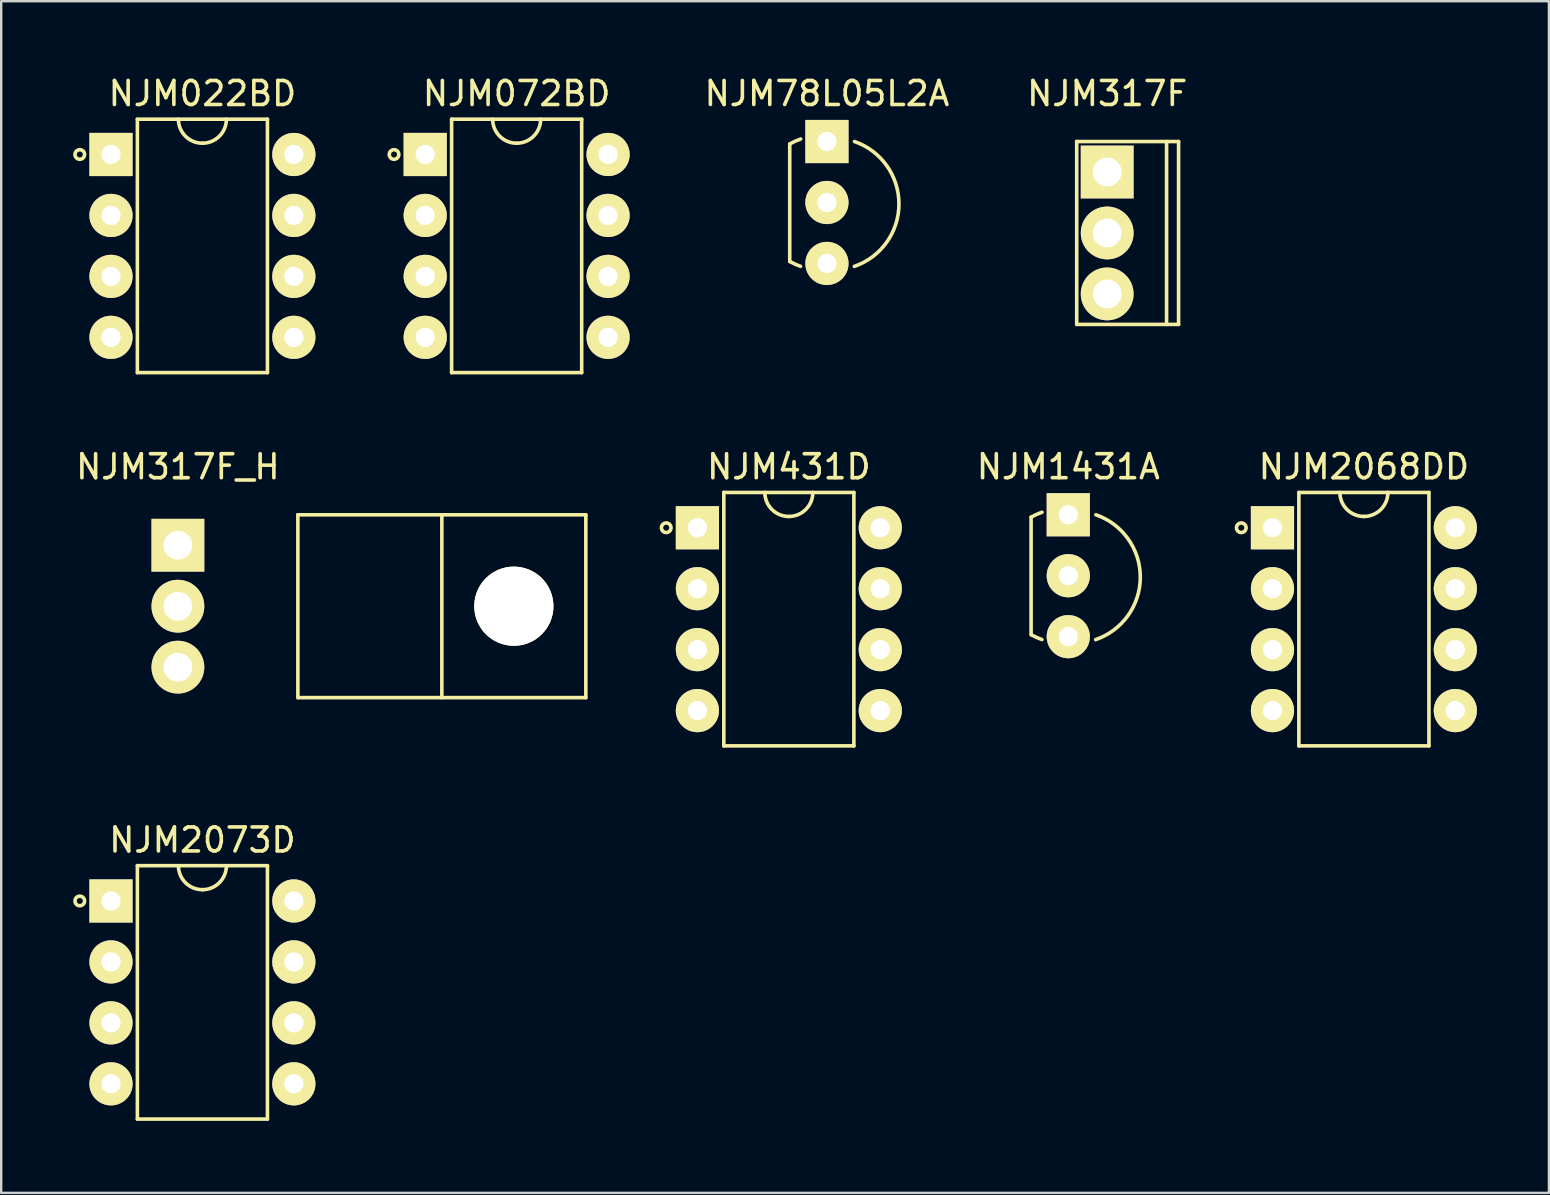
<source format=kicad_pcb>
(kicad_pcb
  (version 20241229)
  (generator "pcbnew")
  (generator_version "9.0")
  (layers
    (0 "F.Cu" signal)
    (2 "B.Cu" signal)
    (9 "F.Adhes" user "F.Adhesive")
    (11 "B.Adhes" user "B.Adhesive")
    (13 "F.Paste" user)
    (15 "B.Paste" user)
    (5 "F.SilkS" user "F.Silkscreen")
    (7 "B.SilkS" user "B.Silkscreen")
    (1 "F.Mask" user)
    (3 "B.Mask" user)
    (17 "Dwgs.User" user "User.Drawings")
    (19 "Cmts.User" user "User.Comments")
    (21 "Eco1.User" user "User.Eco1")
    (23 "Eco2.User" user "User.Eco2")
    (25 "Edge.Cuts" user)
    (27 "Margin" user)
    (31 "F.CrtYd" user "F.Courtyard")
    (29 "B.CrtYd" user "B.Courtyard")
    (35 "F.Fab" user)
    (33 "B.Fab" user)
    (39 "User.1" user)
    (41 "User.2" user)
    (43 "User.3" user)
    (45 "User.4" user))
  (footprint "NJM317F_H"
    (layer "F.Cu")
    (at 4.363 19.672)
    (property "Reference" "NJM317F_H" (at 0 -3.27 0) (layer "F.SilkS") (effects (font (size 1 1) (thickness 0.15))))
    (attr through_hole)
    (fp_line (start 5 -1.27) (end 5 6.35) (stroke (width 0.15) (type solid)) (layer "F.SilkS"))
    (fp_line (start 5 -1.27) (end 17 -1.27) (stroke (width 0.15) (type solid)) (layer "F.SilkS"))
    (fp_line (start 5 6.35) (end 17 6.35) (stroke (width 0.15) (type solid)) (layer "F.SilkS"))
    (fp_line (start 11 -1.27) (end 11 6.35) (stroke (width 0.15) (type solid)) (layer "F.SilkS"))
    (fp_line (start 17 -1.27) (end 17 6.35) (stroke (width 0.15) (type solid)) (layer "F.SilkS"))
    (pad "" np_thru_hole circle (at 14 2.54) (size 3.3 3.3) (drill 3.3) (layers "*.Cu" "*.Mask" "F.SilkS"))
    (pad "1" thru_hole rect (at 0 0) (size 2.2 2.2) (drill 1.2) (layers "*.Cu" "*.Mask" "F.SilkS"))
    (pad "2" thru_hole circle (at 0 2.54) (size 2.2 2.2) (drill 1.2) (layers "*.Cu" "*.Mask" "F.SilkS"))
    (pad "3" thru_hole circle (at 0 5.08) (size 2.2 2.2) (drill 1.2) (layers "*.Cu" "*.Mask" "F.SilkS")))
  (footprint "NJM022BD"
    (layer "F.Cu")
    (at 1.575 3.388)
    (property "Reference" "NJM022BD" (at 3.81 -2.54 0) (layer "F.SilkS") (effects (font (size 1 1) (thickness 0.15))))
    (attr through_hole)
    (fp_line (start 1.1 -1.47) (end 6.52 -1.47) (stroke (width 0.15) (type solid)) (layer "F.SilkS"))
    (fp_line (start 1.1 9.09) (end 1.1 -1.47) (stroke (width 0.15) (type solid)) (layer "F.SilkS"))
    (fp_line (start 6.52 -1.47) (end 6.52 9.09) (stroke (width 0.15) (type solid)) (layer "F.SilkS"))
    (fp_line (start 6.52 9.09) (end 1.1 9.09) (stroke (width 0.15) (type solid)) (layer "F.SilkS"))
    (fp_arc (start 3.81 -0.47) (mid 3.102893 -0.762893) (end 2.81 -1.47) (stroke (width 0.15) (type solid)) (layer "F.SilkS"))
    (fp_arc (start 4.81 -1.47) (mid 4.517107 -0.762893) (end 3.81 -0.47) (stroke (width 0.15) (type solid)) (layer "F.SilkS"))
    (fp_circle (center -1.3 0) (end -1.3 0.2) (stroke (width 0.15) (type solid)) (fill no) (layer "F.SilkS"))
    (pad "1" thru_hole rect (at 0 0) (size 1.8 1.8) (drill 0.8) (layers "*.Cu" "*.Mask" "F.SilkS"))
    (pad "2" thru_hole circle (at 0 2.54) (size 1.8 1.8) (drill 0.8) (layers "*.Cu" "*.Mask" "F.SilkS"))
    (pad "3" thru_hole circle (at 0 5.08) (size 1.8 1.8) (drill 0.8) (layers "*.Cu" "*.Mask" "F.SilkS"))
    (pad "4" thru_hole circle (at 0 7.62) (size 1.8 1.8) (drill 0.8) (layers "*.Cu" "*.Mask" "F.SilkS"))
    (pad "5" thru_hole circle (at 7.62 7.62) (size 1.8 1.8) (drill 0.8) (layers "*.Cu" "*.Mask" "F.SilkS"))
    (pad "6" thru_hole circle (at 7.62 5.08) (size 1.8 1.8) (drill 0.8) (layers "*.Cu" "*.Mask" "F.SilkS"))
    (pad "7" thru_hole circle (at 7.62 2.54) (size 1.8 1.8) (drill 0.8) (layers "*.Cu" "*.Mask" "F.SilkS"))
    (pad "8" thru_hole circle (at 7.62 0) (size 1.8 1.8) (drill 0.8) (layers "*.Cu" "*.Mask" "F.SilkS")))
  (footprint "NJM1431A"
    (layer "F.Cu")
    (at 41.468 18.401)
    (property "Reference" "NJM1431A" (at 0 -2 0) (layer "F.SilkS") (effects (font (size 1 1) (thickness 0.15))))
    (attr through_hole)
    (fp_line (start -1.55 5) (end -1.55 0.1) (stroke (width 0.15) (type solid)) (layer "F.SilkS"))
    (fp_arc (start -1.55 0.1) (mid -1.326783 -0.012505) (end -1.09461 -0.105127) (stroke (width 0.15) (type solid)) (layer "F.SilkS"))
    (fp_arc (start -1.1 5.2) (mid -1.32318 5.111666) (end -1.537812 5.004217) (stroke (width 0.15) (type solid)) (layer "F.SilkS"))
    (fp_arc (start 1.15 0) (mid 3.00136 2.60449) (end 1.14151 5.202923) (stroke (width 0.15) (type solid)) (layer "F.SilkS"))
    (pad "1" thru_hole rect (at 0 0) (size 1.8 1.8) (drill 0.8) (layers "*.Cu" "*.Mask" "F.SilkS"))
    (pad "2" thru_hole circle (at 0 2.54) (size 1.8 1.8) (drill 0.8) (layers "*.Cu" "*.Mask" "F.SilkS"))
    (pad "3" thru_hole circle (at 0 5.08) (size 1.8 1.8) (drill 0.8) (layers "*.Cu" "*.Mask" "F.SilkS")))
  (footprint "NJM431D"
    (layer "F.Cu")
    (at 26.013 18.942)
    (property "Reference" "NJM431D" (at 3.81 -2.54 0) (layer "F.SilkS") (effects (font (size 1 1) (thickness 0.15))))
    (attr through_hole)
    (fp_line (start 1.1 -1.47) (end 6.52 -1.47) (stroke (width 0.15) (type solid)) (layer "F.SilkS"))
    (fp_line (start 1.1 9.09) (end 1.1 -1.47) (stroke (width 0.15) (type solid)) (layer "F.SilkS"))
    (fp_line (start 6.52 -1.47) (end 6.52 9.09) (stroke (width 0.15) (type solid)) (layer "F.SilkS"))
    (fp_line (start 6.52 9.09) (end 1.1 9.09) (stroke (width 0.15) (type solid)) (layer "F.SilkS"))
    (fp_arc (start 3.81 -0.47) (mid 3.102893 -0.762893) (end 2.81 -1.47) (stroke (width 0.15) (type solid)) (layer "F.SilkS"))
    (fp_arc (start 4.81 -1.47) (mid 4.517107 -0.762893) (end 3.81 -0.47) (stroke (width 0.15) (type solid)) (layer "F.SilkS"))
    (fp_circle (center -1.3 0) (end -1.3 0.2) (stroke (width 0.15) (type solid)) (fill no) (layer "F.SilkS"))
    (pad "1" thru_hole rect (at 0 0) (size 1.8 1.8) (drill 0.8) (layers "*.Cu" "*.Mask" "F.SilkS"))
    (pad "2" thru_hole circle (at 0 2.54) (size 1.8 1.8) (drill 0.8) (layers "*.Cu" "*.Mask" "F.SilkS"))
    (pad "3" thru_hole circle (at 0 5.08) (size 1.8 1.8) (drill 0.8) (layers "*.Cu" "*.Mask" "F.SilkS"))
    (pad "4" thru_hole circle (at 0 7.62) (size 1.8 1.8) (drill 0.8) (layers "*.Cu" "*.Mask" "F.SilkS"))
    (pad "5" thru_hole circle (at 7.62 7.62) (size 1.8 1.8) (drill 0.8) (layers "*.Cu" "*.Mask" "F.SilkS"))
    (pad "6" thru_hole circle (at 7.62 5.08) (size 1.8 1.8) (drill 0.8) (layers "*.Cu" "*.Mask" "F.SilkS"))
    (pad "7" thru_hole circle (at 7.62 2.54) (size 1.8 1.8) (drill 0.8) (layers "*.Cu" "*.Mask" "F.SilkS"))
    (pad "8" thru_hole circle (at 7.62 0) (size 1.8 1.8) (drill 0.8) (layers "*.Cu" "*.Mask" "F.SilkS")))
  (footprint "NJM2068DD"
    (layer "F.Cu")
    (at 49.977 18.942)
    (property "Reference" "NJM2068DD" (at 3.81 -2.54 0) (layer "F.SilkS") (effects (font (size 1 1) (thickness 0.15))))
    (attr through_hole)
    (fp_line (start 1.1 -1.47) (end 6.52 -1.47) (stroke (width 0.15) (type solid)) (layer "F.SilkS"))
    (fp_line (start 1.1 9.09) (end 1.1 -1.47) (stroke (width 0.15) (type solid)) (layer "F.SilkS"))
    (fp_line (start 6.52 -1.47) (end 6.52 9.09) (stroke (width 0.15) (type solid)) (layer "F.SilkS"))
    (fp_line (start 6.52 9.09) (end 1.1 9.09) (stroke (width 0.15) (type solid)) (layer "F.SilkS"))
    (fp_arc (start 3.81 -0.47) (mid 3.102893 -0.762893) (end 2.81 -1.47) (stroke (width 0.15) (type solid)) (layer "F.SilkS"))
    (fp_arc (start 4.81 -1.47) (mid 4.517107 -0.762893) (end 3.81 -0.47) (stroke (width 0.15) (type solid)) (layer "F.SilkS"))
    (fp_circle (center -1.3 0) (end -1.3 0.2) (stroke (width 0.15) (type solid)) (fill no) (layer "F.SilkS"))
    (pad "1" thru_hole rect (at 0 0) (size 1.8 1.8) (drill 0.8) (layers "*.Cu" "*.Mask" "F.SilkS"))
    (pad "2" thru_hole circle (at 0 2.54) (size 1.8 1.8) (drill 0.8) (layers "*.Cu" "*.Mask" "F.SilkS"))
    (pad "3" thru_hole circle (at 0 5.08) (size 1.8 1.8) (drill 0.8) (layers "*.Cu" "*.Mask" "F.SilkS"))
    (pad "4" thru_hole circle (at 0 7.62) (size 1.8 1.8) (drill 0.8) (layers "*.Cu" "*.Mask" "F.SilkS"))
    (pad "5" thru_hole circle (at 7.62 7.62) (size 1.8 1.8) (drill 0.8) (layers "*.Cu" "*.Mask" "F.SilkS"))
    (pad "6" thru_hole circle (at 7.62 5.08) (size 1.8 1.8) (drill 0.8) (layers "*.Cu" "*.Mask" "F.SilkS"))
    (pad "7" thru_hole circle (at 7.62 2.54) (size 1.8 1.8) (drill 0.8) (layers "*.Cu" "*.Mask" "F.SilkS"))
    (pad "8" thru_hole circle (at 7.62 0) (size 1.8 1.8) (drill 0.8) (layers "*.Cu" "*.Mask" "F.SilkS")))
  (footprint "NJM2073D"
    (layer "F.Cu")
    (at 1.575 34.495)
    (property "Reference" "NJM2073D" (at 3.81 -2.54 0) (layer "F.SilkS") (effects (font (size 1 1) (thickness 0.15))))
    (attr through_hole)
    (fp_line (start 1.1 -1.47) (end 6.52 -1.47) (stroke (width 0.15) (type solid)) (layer "F.SilkS"))
    (fp_line (start 1.1 9.09) (end 1.1 -1.47) (stroke (width 0.15) (type solid)) (layer "F.SilkS"))
    (fp_line (start 6.52 -1.47) (end 6.52 9.09) (stroke (width 0.15) (type solid)) (layer "F.SilkS"))
    (fp_line (start 6.52 9.09) (end 1.1 9.09) (stroke (width 0.15) (type solid)) (layer "F.SilkS"))
    (fp_arc (start 3.81 -0.47) (mid 3.102893 -0.762893) (end 2.81 -1.47) (stroke (width 0.15) (type solid)) (layer "F.SilkS"))
    (fp_arc (start 4.81 -1.47) (mid 4.517107 -0.762893) (end 3.81 -0.47) (stroke (width 0.15) (type solid)) (layer "F.SilkS"))
    (fp_circle (center -1.3 0) (end -1.3 0.2) (stroke (width 0.15) (type solid)) (fill no) (layer "F.SilkS"))
    (pad "1" thru_hole rect (at 0 0) (size 1.8 1.8) (drill 0.8) (layers "*.Cu" "*.Mask" "F.SilkS"))
    (pad "2" thru_hole circle (at 0 2.54) (size 1.8 1.8) (drill 0.8) (layers "*.Cu" "*.Mask" "F.SilkS"))
    (pad "3" thru_hole circle (at 0 5.08) (size 1.8 1.8) (drill 0.8) (layers "*.Cu" "*.Mask" "F.SilkS"))
    (pad "4" thru_hole circle (at 0 7.62) (size 1.8 1.8) (drill 0.8) (layers "*.Cu" "*.Mask" "F.SilkS"))
    (pad "5" thru_hole circle (at 7.62 7.62) (size 1.8 1.8) (drill 0.8) (layers "*.Cu" "*.Mask" "F.SilkS"))
    (pad "6" thru_hole circle (at 7.62 5.08) (size 1.8 1.8) (drill 0.8) (layers "*.Cu" "*.Mask" "F.SilkS"))
    (pad "7" thru_hole circle (at 7.62 2.54) (size 1.8 1.8) (drill 0.8) (layers "*.Cu" "*.Mask" "F.SilkS"))
    (pad "8" thru_hole circle (at 7.62 0) (size 1.8 1.8) (drill 0.8) (layers "*.Cu" "*.Mask" "F.SilkS")))
  (footprint "NJM78L05L2A"
    (layer "F.Cu")
    (at 31.41 2.848)
    (property "Reference" "NJM78L05L2A" (at 0 -2 0) (layer "F.SilkS") (effects (font (size 1 1) (thickness 0.15))))
    (attr through_hole)
    (fp_line (start -1.55 5) (end -1.55 0.1) (stroke (width 0.15) (type solid)) (layer "F.SilkS"))
    (fp_arc (start -1.55 0.1) (mid -1.326783 -0.012505) (end -1.09461 -0.105127) (stroke (width 0.15) (type solid)) (layer "F.SilkS"))
    (fp_arc (start -1.1 5.2) (mid -1.32318 5.111666) (end -1.537812 5.004217) (stroke (width 0.15) (type solid)) (layer "F.SilkS"))
    (fp_arc (start 1.15 0) (mid 3.00136 2.60449) (end 1.14151 5.202923) (stroke (width 0.15) (type solid)) (layer "F.SilkS"))
    (pad "1" thru_hole rect (at 0 0) (size 1.8 1.8) (drill 0.8) (layers "*.Cu" "*.Mask" "F.SilkS"))
    (pad "2" thru_hole circle (at 0 2.54) (size 1.8 1.8) (drill 0.8) (layers "*.Cu" "*.Mask" "F.SilkS"))
    (pad "3" thru_hole circle (at 0 5.08) (size 1.8 1.8) (drill 0.8) (layers "*.Cu" "*.Mask" "F.SilkS")))
  (footprint "NJM317F"
    (layer "F.Cu")
    (at 43.089 4.118)
    (property "Reference" "NJM317F" (at 0 -3.27 0) (layer "F.SilkS") (effects (font (size 1 1) (thickness 0.15))))
    (attr through_hole)
    (fp_line (start -1.27 -1.27) (end -1.27 6.35) (stroke (width 0.15) (type solid)) (layer "F.SilkS"))
    (fp_line (start -1.27 -1.27) (end 2.975 -1.27) (stroke (width 0.15) (type solid)) (layer "F.SilkS"))
    (fp_line (start -1.27 6.35) (end 2.975 6.35) (stroke (width 0.15) (type solid)) (layer "F.SilkS"))
    (fp_line (start 2.475 -1.27) (end 2.475 6.35) (stroke (width 0.15) (type solid)) (layer "F.SilkS"))
    (fp_line (start 2.975 -1.27) (end 2.975 6.35) (stroke (width 0.15) (type solid)) (layer "F.SilkS"))
    (pad "1" thru_hole rect (at 0 0) (size 2.2 2.2) (drill 1.2) (layers "*.Cu" "*.Mask" "F.SilkS"))
    (pad "2" thru_hole circle (at 0 2.54) (size 2.2 2.2) (drill 1.2) (layers "*.Cu" "*.Mask" "F.SilkS"))
    (pad "3" thru_hole circle (at 0 5.08) (size 2.2 2.2) (drill 1.2) (layers "*.Cu" "*.Mask" "F.SilkS")))
  (footprint "NJM072BD"
    (layer "F.Cu")
    (at 14.67 3.388)
    (property "Reference" "NJM072BD" (at 3.81 -2.54 0) (layer "F.SilkS") (effects (font (size 1 1) (thickness 0.15))))
    (attr through_hole)
    (fp_line (start 1.1 -1.47) (end 6.52 -1.47) (stroke (width 0.15) (type solid)) (layer "F.SilkS"))
    (fp_line (start 1.1 9.09) (end 1.1 -1.47) (stroke (width 0.15) (type solid)) (layer "F.SilkS"))
    (fp_line (start 6.52 -1.47) (end 6.52 9.09) (stroke (width 0.15) (type solid)) (layer "F.SilkS"))
    (fp_line (start 6.52 9.09) (end 1.1 9.09) (stroke (width 0.15) (type solid)) (layer "F.SilkS"))
    (fp_arc (start 3.81 -0.47) (mid 3.102893 -0.762893) (end 2.81 -1.47) (stroke (width 0.15) (type solid)) (layer "F.SilkS"))
    (fp_arc (start 4.81 -1.47) (mid 4.517107 -0.762893) (end 3.81 -0.47) (stroke (width 0.15) (type solid)) (layer "F.SilkS"))
    (fp_circle (center -1.3 0) (end -1.3 0.2) (stroke (width 0.15) (type solid)) (fill no) (layer "F.SilkS"))
    (pad "1" thru_hole rect (at 0 0) (size 1.8 1.8) (drill 0.8) (layers "*.Cu" "*.Mask" "F.SilkS"))
    (pad "2" thru_hole circle (at 0 2.54) (size 1.8 1.8) (drill 0.8) (layers "*.Cu" "*.Mask" "F.SilkS"))
    (pad "3" thru_hole circle (at 0 5.08) (size 1.8 1.8) (drill 0.8) (layers "*.Cu" "*.Mask" "F.SilkS"))
    (pad "4" thru_hole circle (at 0 7.62) (size 1.8 1.8) (drill 0.8) (layers "*.Cu" "*.Mask" "F.SilkS"))
    (pad "5" thru_hole circle (at 7.62 7.62) (size 1.8 1.8) (drill 0.8) (layers "*.Cu" "*.Mask" "F.SilkS"))
    (pad "6" thru_hole circle (at 7.62 5.08) (size 1.8 1.8) (drill 0.8) (layers "*.Cu" "*.Mask" "F.SilkS"))
    (pad "7" thru_hole circle (at 7.62 2.54) (size 1.8 1.8) (drill 0.8) (layers "*.Cu" "*.Mask" "F.SilkS"))
    (pad "8" thru_hole circle (at 7.62 0) (size 1.8 1.8) (drill 0.8) (layers "*.Cu" "*.Mask" "F.SilkS")))
  (gr_rect
    (start -3 -3)
    (end 61.497 46.66)
    (stroke (width 0.1) (type default))
    (fill no)
    (layer "Edge.Cuts")))
</source>
